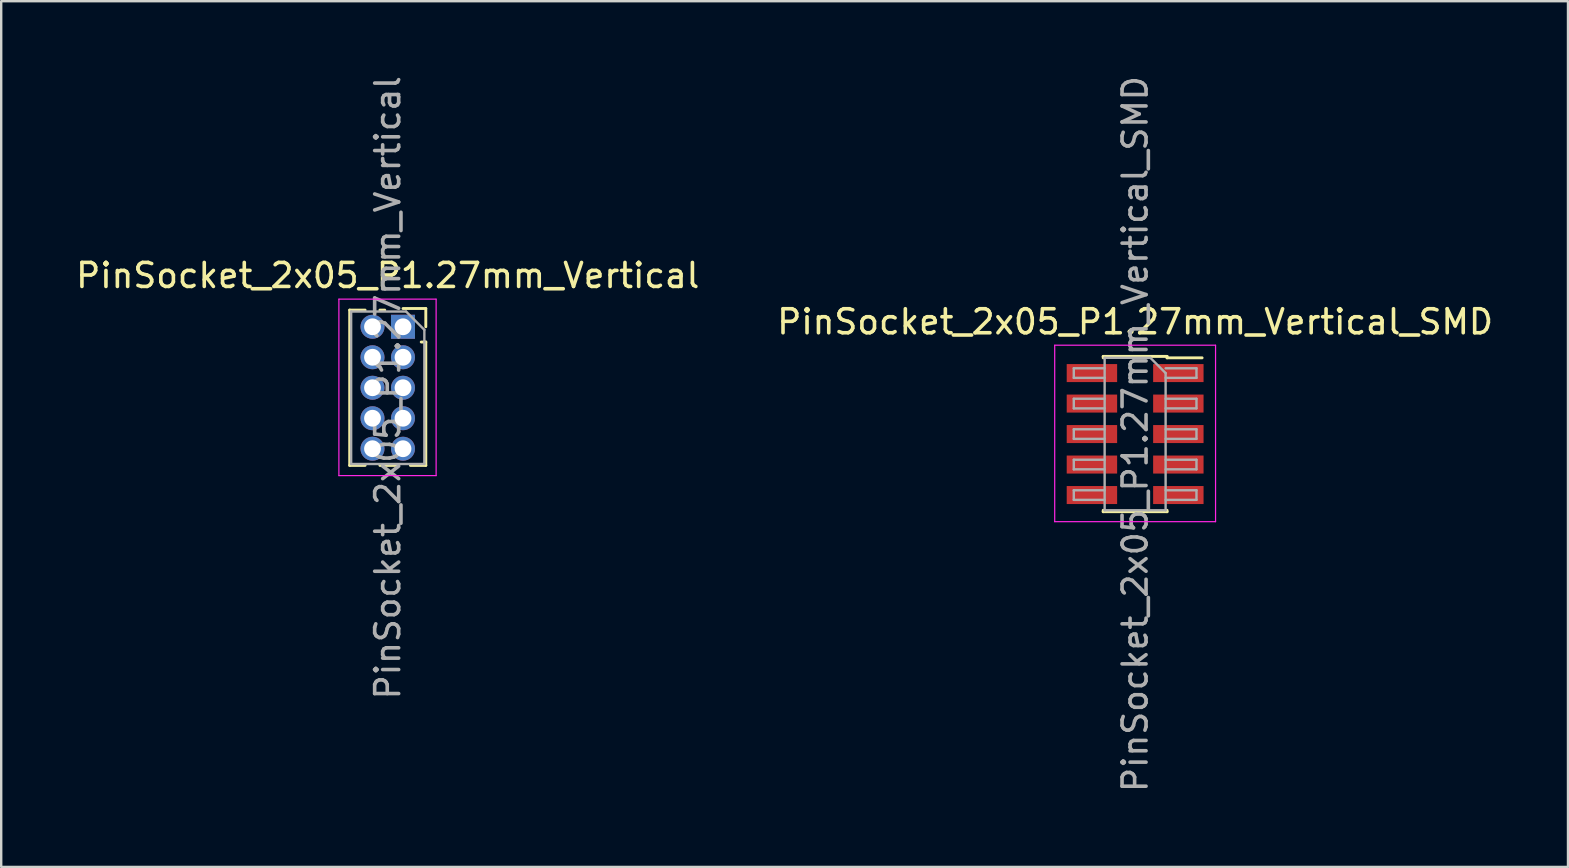
<source format=kicad_pcb>
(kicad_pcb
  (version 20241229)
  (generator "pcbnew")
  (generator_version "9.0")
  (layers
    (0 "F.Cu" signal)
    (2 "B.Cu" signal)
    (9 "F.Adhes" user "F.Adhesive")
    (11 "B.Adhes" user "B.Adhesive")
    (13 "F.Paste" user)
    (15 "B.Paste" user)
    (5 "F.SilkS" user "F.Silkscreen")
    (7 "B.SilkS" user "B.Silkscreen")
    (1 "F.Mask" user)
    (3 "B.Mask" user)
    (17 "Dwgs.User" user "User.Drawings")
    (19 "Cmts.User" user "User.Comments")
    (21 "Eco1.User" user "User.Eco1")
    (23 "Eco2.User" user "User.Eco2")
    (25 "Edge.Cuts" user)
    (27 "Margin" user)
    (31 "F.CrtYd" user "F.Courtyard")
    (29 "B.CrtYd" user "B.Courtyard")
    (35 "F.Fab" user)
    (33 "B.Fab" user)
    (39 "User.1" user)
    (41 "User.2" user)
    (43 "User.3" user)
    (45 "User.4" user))
  (footprint "PinSocket_2x05_P1.27mm_Vertical_SMD"
    (layer "F.Cu")
    (at 44.232 15.03)
    (property "Reference" "PinSocket_2x05_P1.27mm_Vertical_SMD" (at 0 -4.675 0) (layer "F.SilkS") (effects (font (size 1 1) (thickness 0.15))))
    (attr smd)
    (fp_line (start -1.33 -3.235) (end -1.33 -3.175) (stroke (width 0.12) (type solid)) (layer "F.SilkS"))
    (fp_line (start -1.33 -3.235) (end 1.33 -3.235) (stroke (width 0.12) (type solid)) (layer "F.SilkS"))
    (fp_line (start -1.33 3.175) (end -1.33 3.235) (stroke (width 0.12) (type solid)) (layer "F.SilkS"))
    (fp_line (start -1.33 3.235) (end 1.33 3.235) (stroke (width 0.12) (type solid)) (layer "F.SilkS"))
    (fp_line (start 1.33 -3.235) (end 1.33 -3.175) (stroke (width 0.12) (type solid)) (layer "F.SilkS"))
    (fp_line (start 1.33 -3.175) (end 2.79 -3.175) (stroke (width 0.12) (type solid)) (layer "F.SilkS"))
    (fp_line (start 1.33 3.175) (end 1.33 3.235) (stroke (width 0.12) (type solid)) (layer "F.SilkS"))
    (fp_line (start -3.35 -3.7) (end 3.35 -3.7) (stroke (width 0.05) (type solid)) (layer "F.CrtYd"))
    (fp_line (start -3.35 3.65) (end -3.35 -3.7) (stroke (width 0.05) (type solid)) (layer "F.CrtYd"))
    (fp_line (start 3.35 -3.7) (end 3.35 3.65) (stroke (width 0.05) (type solid)) (layer "F.CrtYd"))
    (fp_line (start 3.35 3.65) (end -3.35 3.65) (stroke (width 0.05) (type solid)) (layer "F.CrtYd"))
    (fp_line (start -2.555 -2.74) (end -1.27 -2.74) (stroke (width 0.1) (type solid)) (layer "F.Fab"))
    (fp_line (start -2.555 -2.34) (end -2.555 -2.74) (stroke (width 0.1) (type solid)) (layer "F.Fab"))
    (fp_line (start -2.555 -1.47) (end -1.27 -1.47) (stroke (width 0.1) (type solid)) (layer "F.Fab"))
    (fp_line (start -2.555 -1.07) (end -2.555 -1.47) (stroke (width 0.1) (type solid)) (layer "F.Fab"))
    (fp_line (start -2.555 -0.2) (end -1.27 -0.2) (stroke (width 0.1) (type solid)) (layer "F.Fab"))
    (fp_line (start -2.555 0.2) (end -2.555 -0.2) (stroke (width 0.1) (type solid)) (layer "F.Fab"))
    (fp_line (start -2.555 1.07) (end -1.27 1.07) (stroke (width 0.1) (type solid)) (layer "F.Fab"))
    (fp_line (start -2.555 1.47) (end -2.555 1.07) (stroke (width 0.1) (type solid)) (layer "F.Fab"))
    (fp_line (start -2.555 2.34) (end -1.27 2.34) (stroke (width 0.1) (type solid)) (layer "F.Fab"))
    (fp_line (start -2.555 2.74) (end -2.555 2.34) (stroke (width 0.1) (type solid)) (layer "F.Fab"))
    (fp_line (start -1.27 -3.175) (end 0.635 -3.175) (stroke (width 0.1) (type solid)) (layer "F.Fab"))
    (fp_line (start -1.27 -2.34) (end -2.555 -2.34) (stroke (width 0.1) (type solid)) (layer "F.Fab"))
    (fp_line (start -1.27 -1.07) (end -2.555 -1.07) (stroke (width 0.1) (type solid)) (layer "F.Fab"))
    (fp_line (start -1.27 0.2) (end -2.555 0.2) (stroke (width 0.1) (type solid)) (layer "F.Fab"))
    (fp_line (start -1.27 1.47) (end -2.555 1.47) (stroke (width 0.1) (type solid)) (layer "F.Fab"))
    (fp_line (start -1.27 2.74) (end -2.555 2.74) (stroke (width 0.1) (type solid)) (layer "F.Fab"))
    (fp_line (start -1.27 3.175) (end -1.27 -3.175) (stroke (width 0.1) (type solid)) (layer "F.Fab"))
    (fp_line (start 0.635 -3.175) (end 1.27 -2.54) (stroke (width 0.1) (type solid)) (layer "F.Fab"))
    (fp_line (start 1.27 -2.74) (end 2.555 -2.74) (stroke (width 0.1) (type solid)) (layer "F.Fab"))
    (fp_line (start 1.27 -2.54) (end 1.27 3.175) (stroke (width 0.1) (type solid)) (layer "F.Fab"))
    (fp_line (start 1.27 -1.47) (end 2.555 -1.47) (stroke (width 0.1) (type solid)) (layer "F.Fab"))
    (fp_line (start 1.27 -0.2) (end 2.555 -0.2) (stroke (width 0.1) (type solid)) (layer "F.Fab"))
    (fp_line (start 1.27 1.07) (end 2.555 1.07) (stroke (width 0.1) (type solid)) (layer "F.Fab"))
    (fp_line (start 1.27 2.34) (end 2.555 2.34) (stroke (width 0.1) (type solid)) (layer "F.Fab"))
    (fp_line (start 1.27 3.175) (end -1.27 3.175) (stroke (width 0.1) (type solid)) (layer "F.Fab"))
    (fp_line (start 2.555 -2.74) (end 2.555 -2.34) (stroke (width 0.1) (type solid)) (layer "F.Fab"))
    (fp_line (start 2.555 -2.34) (end 1.27 -2.34) (stroke (width 0.1) (type solid)) (layer "F.Fab"))
    (fp_line (start 2.555 -1.47) (end 2.555 -1.07) (stroke (width 0.1) (type solid)) (layer "F.Fab"))
    (fp_line (start 2.555 -1.07) (end 1.27 -1.07) (stroke (width 0.1) (type solid)) (layer "F.Fab"))
    (fp_line (start 2.555 -0.2) (end 2.555 0.2) (stroke (width 0.1) (type solid)) (layer "F.Fab"))
    (fp_line (start 2.555 0.2) (end 1.27 0.2) (stroke (width 0.1) (type solid)) (layer "F.Fab"))
    (fp_line (start 2.555 1.07) (end 2.555 1.47) (stroke (width 0.1) (type solid)) (layer "F.Fab"))
    (fp_line (start 2.555 1.47) (end 1.27 1.47) (stroke (width 0.1) (type solid)) (layer "F.Fab"))
    (fp_line (start 2.555 2.34) (end 2.555 2.74) (stroke (width 0.1) (type solid)) (layer "F.Fab"))
    (fp_line (start 2.555 2.74) (end 1.27 2.74) (stroke (width 0.1) (type solid)) (layer "F.Fab"))
    (fp_text user "${REFERENCE}" (at 0 0 90) (layer "F.Fab") (effects (font (size 1 1) (thickness 0.15))))
    (pad "1" smd rect (at 1.8 -2.54) (size 2.1 0.75) (layers "F.Cu" "F.Mask" "F.Paste"))
    (pad "2" smd rect (at -1.8 -2.54) (size 2.1 0.75) (layers "F.Cu" "F.Mask" "F.Paste"))
    (pad "3" smd rect (at 1.8 -1.27) (size 2.1 0.75) (layers "F.Cu" "F.Mask" "F.Paste"))
    (pad "4" smd rect (at -1.8 -1.27) (size 2.1 0.75) (layers "F.Cu" "F.Mask" "F.Paste"))
    (pad "5" smd rect (at 1.8 0) (size 2.1 0.75) (layers "F.Cu" "F.Mask" "F.Paste"))
    (pad "6" smd rect (at -1.8 0) (size 2.1 0.75) (layers "F.Cu" "F.Mask" "F.Paste"))
    (pad "7" smd rect (at 1.8 1.27) (size 2.1 0.75) (layers "F.Cu" "F.Mask" "F.Paste"))
    (pad "8" smd rect (at -1.8 1.27) (size 2.1 0.75) (layers "F.Cu" "F.Mask" "F.Paste"))
    (pad "9" smd rect (at 1.8 2.54) (size 2.1 0.75) (layers "F.Cu" "F.Mask" "F.Paste"))
    (pad "10" smd rect (at -1.8 2.54) (size 2.1 0.75) (layers "F.Cu" "F.Mask" "F.Paste")))
  (footprint "PinSocket_2x05_P1.27mm_Vertical"
    (layer "F.Cu")
    (at 13.736 10.561)
    (property "Reference" "PinSocket_2x05_P1.27mm_Vertical" (at -0.635 -2.135 0) (layer "F.SilkS") (effects (font (size 1 1) (thickness 0.15))))
    (attr through_hole)
    (fp_line (start -2.22 -0.695) (end -2.22 5.775) (stroke (width 0.12) (type solid)) (layer "F.SilkS"))
    (fp_line (start -2.22 -0.695) (end -1.578 -0.695) (stroke (width 0.12) (type solid)) (layer "F.SilkS"))
    (fp_line (start -2.22 5.775) (end -1.578 5.775) (stroke (width 0.12) (type solid)) (layer "F.SilkS"))
    (fp_line (start -0.962 -0.695) (end -0.76 -0.695) (stroke (width 0.12) (type solid)) (layer "F.SilkS"))
    (fp_line (start -0.962 5.775) (end -0.308 5.775) (stroke (width 0.12) (type solid)) (layer "F.SilkS"))
    (fp_line (start 0 -0.76) (end 0.95 -0.76) (stroke (width 0.12) (type solid)) (layer "F.SilkS"))
    (fp_line (start 0.308 5.775) (end 0.95 5.775) (stroke (width 0.12) (type solid)) (layer "F.SilkS"))
    (fp_line (start 0.76 0.635) (end 0.95 0.635) (stroke (width 0.12) (type solid)) (layer "F.SilkS"))
    (fp_line (start 0.95 -0.76) (end 0.95 0) (stroke (width 0.12) (type solid)) (layer "F.SilkS"))
    (fp_line (start 0.95 0.635) (end 0.95 5.775) (stroke (width 0.12) (type solid)) (layer "F.SilkS"))
    (fp_line (start -2.67 -1.15) (end 1.38 -1.15) (stroke (width 0.05) (type solid)) (layer "F.CrtYd"))
    (fp_line (start -2.67 6.2) (end -2.67 -1.15) (stroke (width 0.05) (type solid)) (layer "F.CrtYd"))
    (fp_line (start 1.38 -1.15) (end 1.38 6.2) (stroke (width 0.05) (type solid)) (layer "F.CrtYd"))
    (fp_line (start 1.38 6.2) (end -2.67 6.2) (stroke (width 0.05) (type solid)) (layer "F.CrtYd"))
    (fp_line (start -2.16 -0.635) (end 0.128 -0.635) (stroke (width 0.1) (type solid)) (layer "F.Fab"))
    (fp_line (start -2.16 5.715) (end -2.16 -0.635) (stroke (width 0.1) (type solid)) (layer "F.Fab"))
    (fp_line (start 0.128 -0.635) (end 0.89 0.128) (stroke (width 0.1) (type solid)) (layer "F.Fab"))
    (fp_line (start 0.89 0.128) (end 0.89 5.715) (stroke (width 0.1) (type solid)) (layer "F.Fab"))
    (fp_line (start 0.89 5.715) (end -2.16 5.715) (stroke (width 0.1) (type solid)) (layer "F.Fab"))
    (fp_text user "${REFERENCE}" (at -0.635 2.54 90) (layer "F.Fab") (effects (font (size 1 1) (thickness 0.15))))
    (pad "1" thru_hole rect (at 0 0) (size 1 1) (drill 0.7) (layers "*.Cu" "*.Mask"))
    (pad "2" thru_hole circle (at -1.27 0) (size 1 1) (drill 0.7) (layers "*.Cu" "*.Mask"))
    (pad "3" thru_hole circle (at 0 1.27) (size 1 1) (drill 0.7) (layers "*.Cu" "*.Mask"))
    (pad "4" thru_hole circle (at -1.27 1.27) (size 1 1) (drill 0.7) (layers "*.Cu" "*.Mask"))
    (pad "5" thru_hole circle (at 0 2.54) (size 1 1) (drill 0.7) (layers "*.Cu" "*.Mask"))
    (pad "6" thru_hole circle (at -1.27 2.54) (size 1 1) (drill 0.7) (layers "*.Cu" "*.Mask"))
    (pad "7" thru_hole circle (at 0 3.81) (size 1 1) (drill 0.7) (layers "*.Cu" "*.Mask"))
    (pad "8" thru_hole circle (at -1.27 3.81) (size 1 1) (drill 0.7) (layers "*.Cu" "*.Mask"))
    (pad "9" thru_hole circle (at 0 5.08) (size 1 1) (drill 0.7) (layers "*.Cu" "*.Mask"))
    (pad "10" thru_hole circle (at -1.27 5.08) (size 1 1) (drill 0.7) (layers "*.Cu" "*.Mask")))
  (gr_rect
    (start -3 -3)
    (end 62.262 33.06)
    (stroke (width 0.1) (type default))
    (fill no)
    (layer "Edge.Cuts")))
</source>
